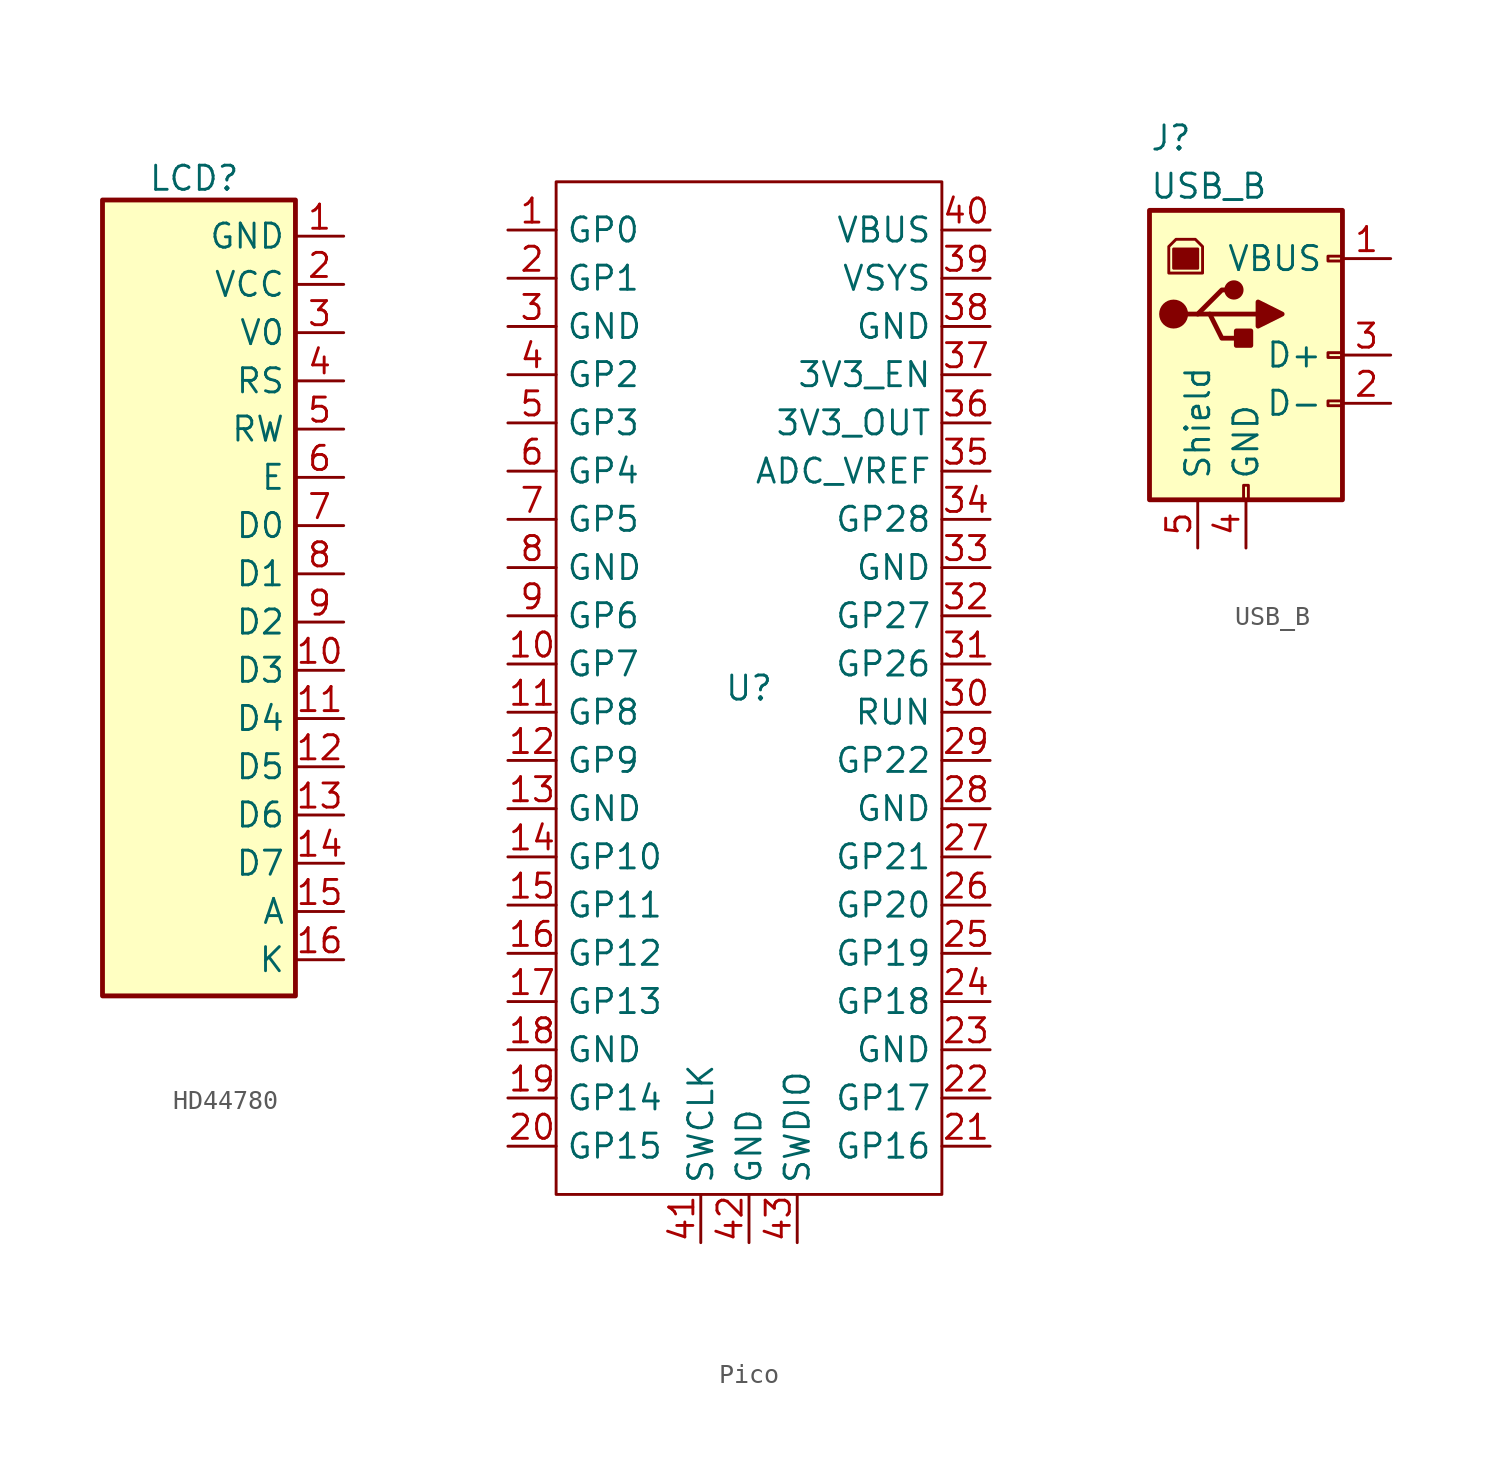
<source format=kicad_sym>
(kicad_symbol_lib
  (version 20241209)
  (generator "kicad_symbol_editor")
  (generator_version "9.0")
  (symbol "HD44780"
    (property "Reference" "LCD"
      (at -0.254 22.098 0)
      (effects (font (size 1.27 1.27))))
    (property "Value" ""
      (at 0 -1.27 0)
      (effects (font (size 1.27 1.27))))
    (symbol "HD44780_1_1"
      (rectangle (start -5.08 20.955) (end 5.08 -20.955) (stroke (width 0.254) (type default)) (fill (type background)))
      (pin power_in line (at 7.62 19.05 180) (length 2.54) (name "GND" (effects (font (size 1.27 1.27)))) (number "1" (effects (font (size 1.27 1.27)))))
      (pin power_in line (at 7.62 16.51 180) (length 2.54) (name "VCC" (effects (font (size 1.27 1.27)))) (number "2" (effects (font (size 1.27 1.27)))))
      (pin passive line (at 7.62 13.97 180) (length 2.54) (name "V0" (effects (font (size 1.27 1.27)))) (number "3" (effects (font (size 1.27 1.27)))))
      (pin passive line (at 7.62 11.43 180) (length 2.54) (name "RS" (effects (font (size 1.27 1.27)))) (number "4" (effects (font (size 1.27 1.27)))))
      (pin passive line (at 7.62 8.89 180) (length 2.54) (name "RW" (effects (font (size 1.27 1.27)))) (number "5" (effects (font (size 1.27 1.27)))))
      (pin passive line (at 7.62 6.35 180) (length 2.54) (name "E" (effects (font (size 1.27 1.27)))) (number "6" (effects (font (size 1.27 1.27)))))
      (pin passive line (at 7.62 3.81 180) (length 2.54) (name "D0" (effects (font (size 1.27 1.27)))) (number "7" (effects (font (size 1.27 1.27)))))
      (pin passive line (at 7.62 1.27 180) (length 2.54) (name "D1" (effects (font (size 1.27 1.27)))) (number "8" (effects (font (size 1.27 1.27)))))
      (pin passive line (at 7.62 -1.27 180) (length 2.54) (name "D2" (effects (font (size 1.27 1.27)))) (number "9" (effects (font (size 1.27 1.27)))))
      (pin passive line (at 7.62 -3.81 180) (length 2.54) (name "D3" (effects (font (size 1.27 1.27)))) (number "10" (effects (font (size 1.27 1.27)))))
      (pin passive line (at 7.62 -6.35 180) (length 2.54) (name "D4" (effects (font (size 1.27 1.27)))) (number "11" (effects (font (size 1.27 1.27)))))
      (pin passive line (at 7.62 -8.89 180) (length 2.54) (name "D5" (effects (font (size 1.27 1.27)))) (number "12" (effects (font (size 1.27 1.27)))))
      (pin passive line (at 7.62 -11.43 180) (length 2.54) (name "D6" (effects (font (size 1.27 1.27)))) (number "13" (effects (font (size 1.27 1.27)))))
      (pin passive line (at 7.62 -13.97 180) (length 2.54) (name "D7" (effects (font (size 1.27 1.27)))) (number "14" (effects (font (size 1.27 1.27)))))
      (pin passive line (at 7.62 -16.51 180) (length 2.54) (name "A" (effects (font (size 1.27 1.27)))) (number "15" (effects (font (size 1.27 1.27)))))
      (pin passive line (at 7.62 -19.05 180) (length 2.54) (name "K" (effects (font (size 1.27 1.27)))) (number "16" (effects (font (size 1.27 1.27)))))))
  (symbol "Pico"
    (property "Reference" "U"
      (at 0 0 0)
      (effects (font (size 1.27 1.27))))
    (property "Value" ""
      (at 0 0 0)
      (effects (font (size 1.27 1.27))))
    (symbol "Pico_0_1"
      (rectangle (start -10.16 26.67) (end 10.16 -26.67) (stroke (width 0) (type default)) (fill (type none))))
    (symbol "Pico_1_1"
      (pin tri_state line (at -12.7 24.13 0) (length 2.54) (name "GP0" (effects (font (size 1.27 1.27)))) (number "1" (effects (font (size 1.27 1.27)))))
      (pin tri_state line (at -12.7 21.59 0) (length 2.54) (name "GP1" (effects (font (size 1.27 1.27)))) (number "2" (effects (font (size 1.27 1.27)))))
      (pin power_in line (at -12.7 19.05 0) (length 2.54) (name "GND" (effects (font (size 1.27 1.27)))) (number "3" (effects (font (size 1.27 1.27)))))
      (pin tri_state line (at -12.7 16.51 0) (length 2.54) (name "GP2" (effects (font (size 1.27 1.27)))) (number "4" (effects (font (size 1.27 1.27)))))
      (pin tri_state line (at -12.7 13.97 0) (length 2.54) (name "GP3" (effects (font (size 1.27 1.27)))) (number "5" (effects (font (size 1.27 1.27)))))
      (pin tri_state line (at -12.7 11.43 0) (length 2.54) (name "GP4" (effects (font (size 1.27 1.27)))) (number "6" (effects (font (size 1.27 1.27)))))
      (pin tri_state line (at -12.7 8.89 0) (length 2.54) (name "GP5" (effects (font (size 1.27 1.27)))) (number "7" (effects (font (size 1.27 1.27)))))
      (pin power_in line (at -12.7 6.35 0) (length 2.54) (name "GND" (effects (font (size 1.27 1.27)))) (number "8" (effects (font (size 1.27 1.27)))))
      (pin tri_state line (at -12.7 3.81 0) (length 2.54) (name "GP6" (effects (font (size 1.27 1.27)))) (number "9" (effects (font (size 1.27 1.27)))))
      (pin tri_state line (at -12.7 1.27 0) (length 2.54) (name "GP7" (effects (font (size 1.27 1.27)))) (number "10" (effects (font (size 1.27 1.27)))))
      (pin tri_state line (at -12.7 -1.27 0) (length 2.54) (name "GP8" (effects (font (size 1.27 1.27)))) (number "11" (effects (font (size 1.27 1.27)))))
      (pin tri_state line (at -12.7 -3.81 0) (length 2.54) (name "GP9" (effects (font (size 1.27 1.27)))) (number "12" (effects (font (size 1.27 1.27)))))
      (pin power_in line (at -12.7 -6.35 0) (length 2.54) (name "GND" (effects (font (size 1.27 1.27)))) (number "13" (effects (font (size 1.27 1.27)))))
      (pin tri_state line (at -12.7 -8.89 0) (length 2.54) (name "GP10" (effects (font (size 1.27 1.27)))) (number "14" (effects (font (size 1.27 1.27)))))
      (pin tri_state line (at -12.7 -11.43 0) (length 2.54) (name "GP11" (effects (font (size 1.27 1.27)))) (number "15" (effects (font (size 1.27 1.27)))))
      (pin tri_state line (at -12.7 -13.97 0) (length 2.54) (name "GP12" (effects (font (size 1.27 1.27)))) (number "16" (effects (font (size 1.27 1.27)))))
      (pin tri_state line (at -12.7 -16.51 0) (length 2.54) (name "GP13" (effects (font (size 1.27 1.27)))) (number "17" (effects (font (size 1.27 1.27)))))
      (pin power_in line (at -12.7 -19.05 0) (length 2.54) (name "GND" (effects (font (size 1.27 1.27)))) (number "18" (effects (font (size 1.27 1.27)))))
      (pin tri_state line (at -12.7 -21.59 0) (length 2.54) (name "GP14" (effects (font (size 1.27 1.27)))) (number "19" (effects (font (size 1.27 1.27)))))
      (pin tri_state line (at -12.7 -24.13 0) (length 2.54) (name "GP15" (effects (font (size 1.27 1.27)))) (number "20" (effects (font (size 1.27 1.27)))))
      (pin tri_state line (at -2.54 -29.21 90) (length 2.54) (name "SWCLK" (effects (font (size 1.27 1.27)))) (number "41" (effects (font (size 1.27 1.27)))))
      (pin power_in line (at 0 -29.21 90) (length 2.54) (name "GND" (effects (font (size 1.27 1.27)))) (number "42" (effects (font (size 1.27 1.27)))))
      (pin tri_state line (at 2.54 -29.21 90) (length 2.54) (name "SWDIO" (effects (font (size 1.27 1.27)))) (number "43" (effects (font (size 1.27 1.27)))))
      (pin passive line (at 12.7 24.13 180) (length 2.54) (name "VBUS" (effects (font (size 1.27 1.27)))) (number "40" (effects (font (size 1.27 1.27)))))
      (pin power_in line (at 12.7 21.59 180) (length 2.54) (name "VSYS" (effects (font (size 1.27 1.27)))) (number "39" (effects (font (size 1.27 1.27)))))
      (pin power_in line (at 12.7 19.05 180) (length 2.54) (name "GND" (effects (font (size 1.27 1.27)))) (number "38" (effects (font (size 1.27 1.27)))))
      (pin input line (at 12.7 16.51 180) (length 2.54) (name "3V3_EN" (effects (font (size 1.27 1.27)))) (number "37" (effects (font (size 1.27 1.27)))))
      (pin power_out line (at 12.7 13.97 180) (length 2.54) (name "3V3_OUT" (effects (font (size 1.27 1.27)))) (number "36" (effects (font (size 1.27 1.27)))))
      (pin passive line (at 12.7 11.43 180) (length 2.54) (name "ADC_VREF" (effects (font (size 1.27 1.27)))) (number "35" (effects (font (size 1.27 1.27)))))
      (pin tri_state line (at 12.7 8.89 180) (length 2.54) (name "GP28" (effects (font (size 1.27 1.27)))) (number "34" (effects (font (size 1.27 1.27)))))
      (pin power_in line (at 12.7 6.35 180) (length 2.54) (name "GND" (effects (font (size 1.27 1.27)))) (number "33" (effects (font (size 1.27 1.27)))))
      (pin tri_state line (at 12.7 3.81 180) (length 2.54) (name "GP27" (effects (font (size 1.27 1.27)))) (number "32" (effects (font (size 1.27 1.27)))))
      (pin tri_state line (at 12.7 1.27 180) (length 2.54) (name "GP26" (effects (font (size 1.27 1.27)))) (number "31" (effects (font (size 1.27 1.27)))))
      (pin input line (at 12.7 -1.27 180) (length 2.54) (name "RUN" (effects (font (size 1.27 1.27)))) (number "30" (effects (font (size 1.27 1.27)))))
      (pin tri_state line (at 12.7 -3.81 180) (length 2.54) (name "GP22" (effects (font (size 1.27 1.27)))) (number "29" (effects (font (size 1.27 1.27)))))
      (pin power_in line (at 12.7 -6.35 180) (length 2.54) (name "GND" (effects (font (size 1.27 1.27)))) (number "28" (effects (font (size 1.27 1.27)))))
      (pin tri_state line (at 12.7 -8.89 180) (length 2.54) (name "GP21" (effects (font (size 1.27 1.27)))) (number "27" (effects (font (size 1.27 1.27)))))
      (pin tri_state line (at 12.7 -11.43 180) (length 2.54) (name "GP20" (effects (font (size 1.27 1.27)))) (number "26" (effects (font (size 1.27 1.27)))))
      (pin tri_state line (at 12.7 -13.97 180) (length 2.54) (name "GP19" (effects (font (size 1.27 1.27)))) (number "25" (effects (font (size 1.27 1.27)))))
      (pin tri_state line (at 12.7 -16.51 180) (length 2.54) (name "GP18" (effects (font (size 1.27 1.27)))) (number "24" (effects (font (size 1.27 1.27)))))
      (pin power_in line (at 12.7 -19.05 180) (length 2.54) (name "GND" (effects (font (size 1.27 1.27)))) (number "23" (effects (font (size 1.27 1.27)))))
      (pin tri_state line (at 12.7 -21.59 180) (length 2.54) (name "GP17" (effects (font (size 1.27 1.27)))) (number "22" (effects (font (size 1.27 1.27)))))
      (pin tri_state line (at 12.7 -24.13 180) (length 2.54) (name "GP16" (effects (font (size 1.27 1.27)))) (number "21" (effects (font (size 1.27 1.27)))))))
  (symbol "USB_B"
    (pin_names
      (offset 1.016))
    (property "Reference" "J"
      (at -5.08 11.43 0)
      (effects (font (size 1.27 1.27)) (justify left)))
    (property "Value" "USB_B"
      (at -5.08 8.89 0)
      (effects (font (size 1.27 1.27)) (justify left)))
    (symbol "USB_B_0_1"
      (rectangle (start -5.08 7.62) (end 5.08 -7.62) (stroke (width 0.254) (type default)) (fill (type background)))
      (polyline (pts (xy -4.064 4.318) (xy -2.286 4.318) (xy -2.286 5.715) (xy -2.667 6.096) (xy -3.683 6.096) (xy -4.064 5.715) (xy -4.064 4.318)) (stroke (width 0) (type default)) (fill (type none)))
      (rectangle (start -3.81 5.588) (end -2.54 4.572) (stroke (width 0) (type default)) (fill (type outline)))
      (circle (center -3.81 2.159) (radius 0.635) (stroke (width 0.254) (type default)) (fill (type outline)))
      (polyline (pts (xy -3.175 2.159) (xy -2.54 2.159) (xy -1.27 3.429) (xy -0.635 3.429)) (stroke (width 0.254) (type default)) (fill (type none)))
      (polyline (pts (xy -2.54 2.159) (xy -1.905 2.159) (xy -1.27 0.889) (xy 0 0.889)) (stroke (width 0.254) (type default)) (fill (type none)))
      (polyline (pts (xy -1.905 2.159) (xy 0.635 2.159)) (stroke (width 0.254) (type default)) (fill (type none)))
      (circle (center -0.635 3.429) (radius 0.381) (stroke (width 0.254) (type default)) (fill (type outline)))
      (rectangle (start -0.127 -7.62) (end 0.127 -6.858) (stroke (width 0) (type default)) (fill (type none)))
      (rectangle (start 0.254 1.27) (end -0.508 0.508) (stroke (width 0.254) (type default)) (fill (type outline)))
      (polyline (pts (xy 0.635 2.794) (xy 0.635 1.524) (xy 1.905 2.159) (xy 0.635 2.794)) (stroke (width 0.254) (type default)) (fill (type outline)))
      (rectangle (start 5.08 4.953) (end 4.318 5.207) (stroke (width 0) (type default)) (fill (type none)))
      (rectangle (start 5.08 -0.127) (end 4.318 0.127) (stroke (width 0) (type default)) (fill (type none)))
      (rectangle (start 5.08 -2.667) (end 4.318 -2.413) (stroke (width 0) (type default)) (fill (type none))))
    (symbol "USB_B_1_1"
      (pin passive line (at -2.54 -10.16 90) (length 2.54) (name "Shield" (effects (font (size 1.27 1.27)))) (number "5" (effects (font (size 1.27 1.27)))))
      (pin passive line (at -2.54 -10.16 90) (length 2.54) (hide yes) (name "S1" (effects (font (size 1.27 1.27)))) (number "S1" (effects (font (size 1.27 1.27)))))
      (pin passive line (at -2.54 -10.16 90) (length 2.54) (hide yes) (name "S2" (effects (font (size 1.27 1.27)))) (number "S2" (effects (font (size 1.27 1.27)))))
      (pin passive line (at -2.54 -10.16 90) (length 2.54) (hide yes) (name "S3" (effects (font (size 1.27 1.27)))) (number "S3" (effects (font (size 1.27 1.27)))))
      (pin passive line (at -2.54 -10.16 90) (length 2.54) (hide yes) (name "S4" (effects (font (size 1.27 1.27)))) (number "S4" (effects (font (size 1.27 1.27)))))
      (pin passive line (at -2.54 -10.16 90) (length 2.54) (hide yes) (name "S5" (effects (font (size 1.27 1.27)))) (number "S5" (effects (font (size 1.27 1.27)))))
      (pin passive line (at -2.54 -10.16 90) (length 2.54) (hide yes) (name "S6" (effects (font (size 1.27 1.27)))) (number "S6" (effects (font (size 1.27 1.27)))))
      (pin power_out line (at 0 -10.16 90) (length 2.54) (name "GND" (effects (font (size 1.27 1.27)))) (number "4" (effects (font (size 1.27 1.27)))))
      (pin power_out line (at 7.62 5.08 180) (length 2.54) (name "VBUS" (effects (font (size 1.27 1.27)))) (number "1" (effects (font (size 1.27 1.27)))))
      (pin bidirectional line (at 7.62 0 180) (length 2.54) (name "D+" (effects (font (size 1.27 1.27)))) (number "3" (effects (font (size 1.27 1.27)))))
      (pin bidirectional line (at 7.62 -2.54 180) (length 2.54) (name "D-" (effects (font (size 1.27 1.27)))) (number "2" (effects (font (size 1.27 1.27))))))))
</source>
